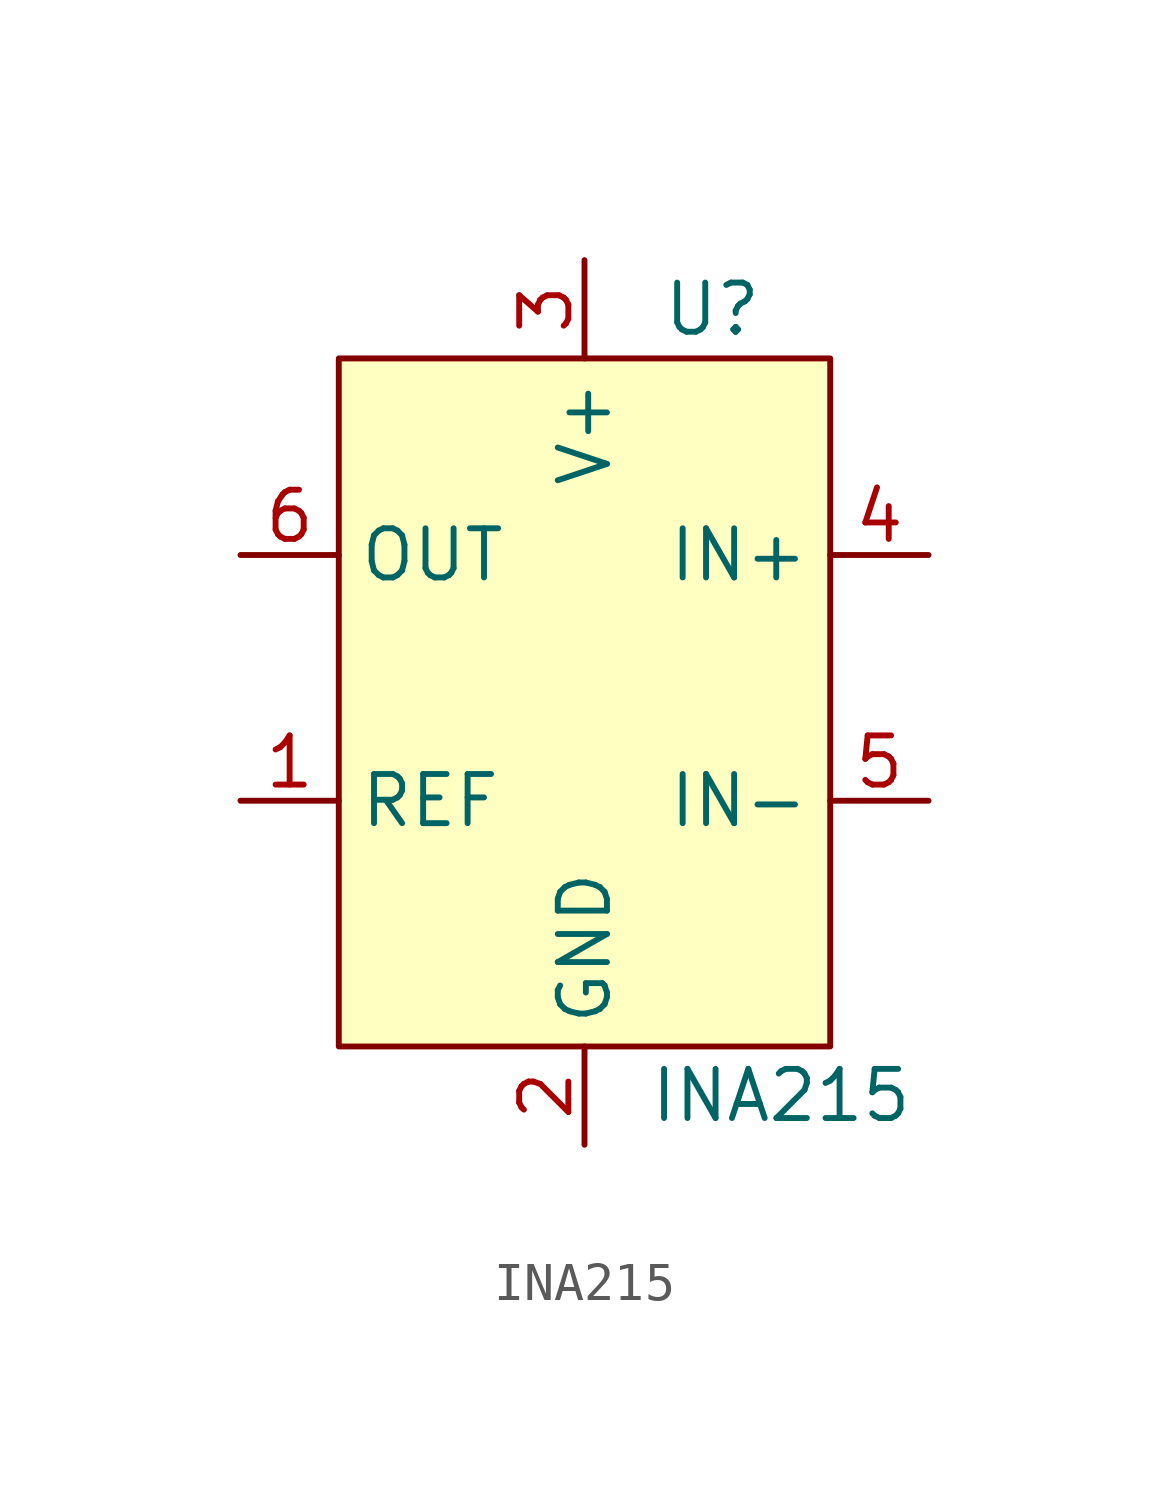
<source format=kicad_sym>
(kicad_symbol_lib
  (version 20231120)
  (generator "kicad_symbol_editor")
  (generator_version "8.0")
  (symbol "INA215"
    (property "Reference" "U"
      (at 3.302 10.16 0)
      (effects (font (size 1.27 1.27))))
    (property "Value" "INA215"
      (at 5.08 -10.16 0)
      (effects (font (size 1.27 1.27))))
    (symbol "INA215_0_0"
      (pin input line (at -8.89 -2.54 0) (length 2.54) (name "REF" (effects (font (size 1.27 1.27)))) (number "1" (effects (font (size 1.27 1.27)))))
      (pin power_in line (at 0 -11.43 90) (length 2.54) (name "GND" (effects (font (size 1.27 1.27)))) (number "2" (effects (font (size 1.27 1.27)))))
      (pin power_in line (at 0 11.43 270) (length 2.54) (name "V+" (effects (font (size 1.27 1.27)))) (number "3" (effects (font (size 1.27 1.27)))))
      (pin input line (at 8.89 3.81 180) (length 2.54) (name "IN+" (effects (font (size 1.27 1.27)))) (number "4" (effects (font (size 1.27 1.27)))))
      (pin input line (at 8.89 -2.54 180) (length 2.54) (name "IN-" (effects (font (size 1.27 1.27)))) (number "5" (effects (font (size 1.27 1.27)))))
      (pin output line (at -8.89 3.81 0) (length 2.54) (name "OUT" (effects (font (size 1.27 1.27)))) (number "6" (effects (font (size 1.27 1.27))))))
    (symbol "INA215_1_1"
      (rectangle (start -6.35 8.89) (end 6.35 -8.89) (stroke (width 0) (type default)) (fill (type background))))))
</source>
